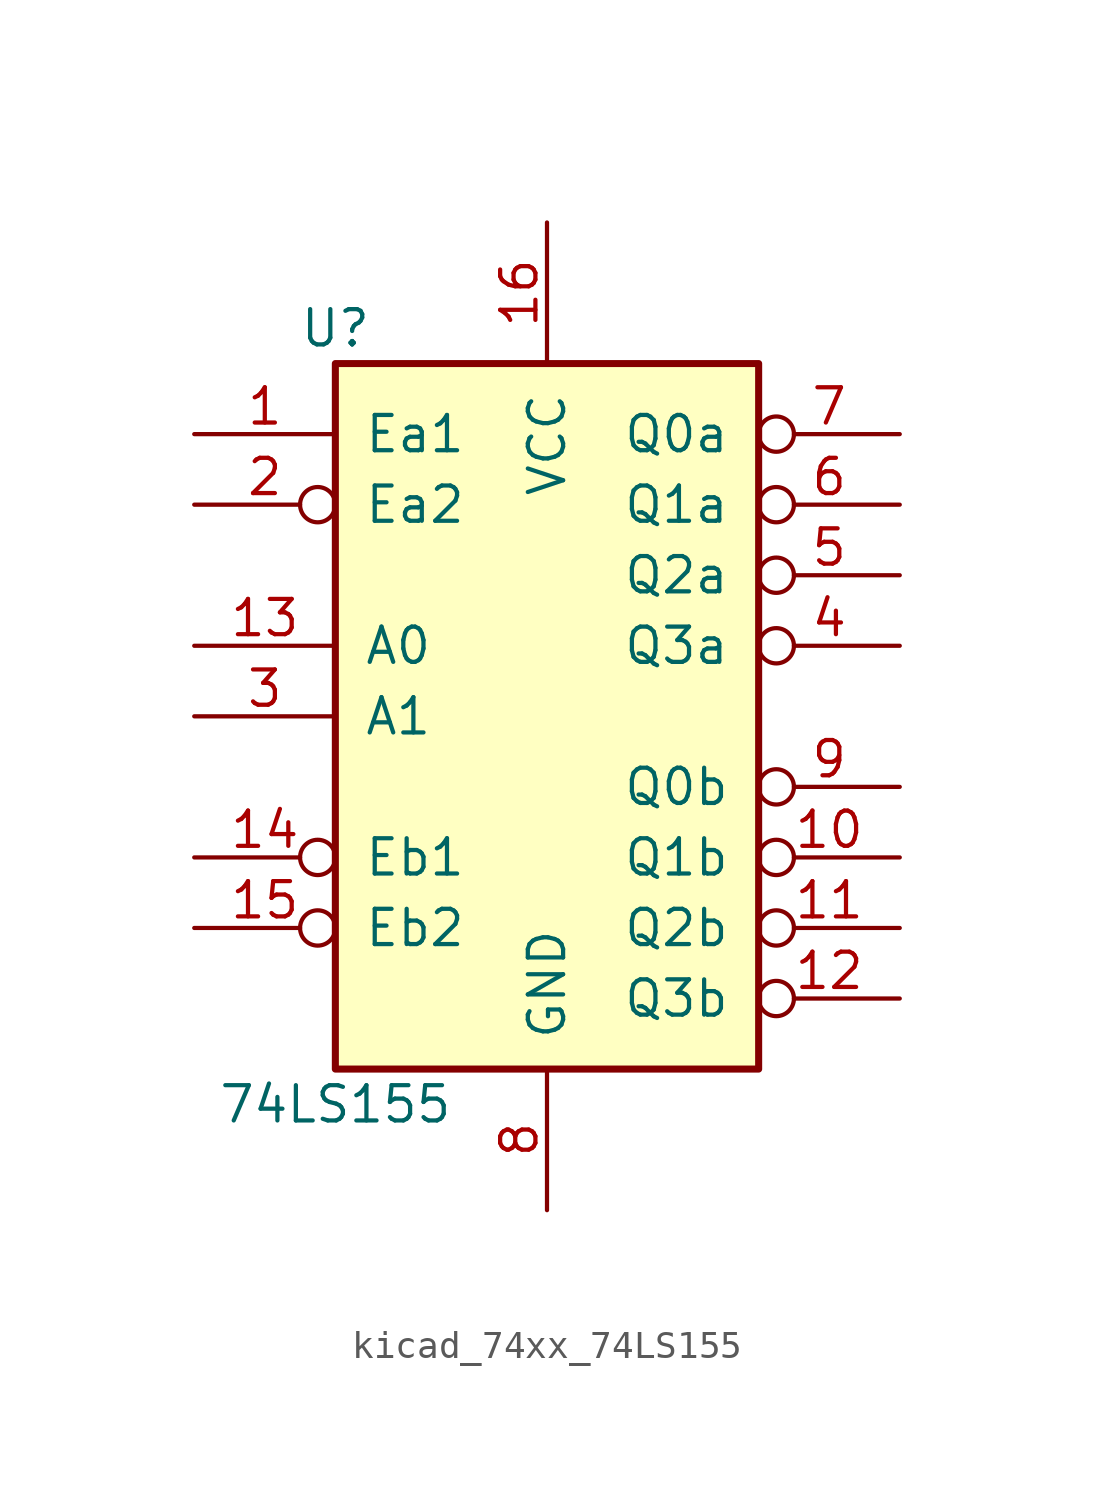
<source format=kicad_sym>
(kicad_symbol_lib
  (version 20220914)
  (generator kicad_symbol_editor)
  (symbol "kicad_74xx_74LS155"
    (pin_names
      (offset 1.016))
    (property "Reference" "U"
      (at -7.62 13.97 0)
      (effects (font (size 1.27 1.27))))
    (property "Value" "74LS155"
      (at -7.62 -13.97 0)
      (effects (font (size 1.27 1.27))))
    (property "ki_locked" ""
      (at 0 0 0)
      (effects (font (size 1.27 1.27))))
    (symbol "kicad_74xx_74LS155_1_0"
      (pin input line (at -12.7 10.16 0) (length 5.08) (name "Ea1" (effects (font (size 1.27 1.27)))) (number "1" (effects (font (size 1.27 1.27)))))
      (pin output inverted (at 12.7 -5.08 180) (length 5.08) (name "Q1b" (effects (font (size 1.27 1.27)))) (number "10" (effects (font (size 1.27 1.27)))))
      (pin output inverted (at 12.7 -7.62 180) (length 5.08) (name "Q2b" (effects (font (size 1.27 1.27)))) (number "11" (effects (font (size 1.27 1.27)))))
      (pin output inverted (at 12.7 -10.16 180) (length 5.08) (name "Q3b" (effects (font (size 1.27 1.27)))) (number "12" (effects (font (size 1.27 1.27)))))
      (pin input line (at -12.7 2.54 0) (length 5.08) (name "A0" (effects (font (size 1.27 1.27)))) (number "13" (effects (font (size 1.27 1.27)))))
      (pin input inverted (at -12.7 -5.08 0) (length 5.08) (name "Eb1" (effects (font (size 1.27 1.27)))) (number "14" (effects (font (size 1.27 1.27)))))
      (pin input inverted (at -12.7 -7.62 0) (length 5.08) (name "Eb2" (effects (font (size 1.27 1.27)))) (number "15" (effects (font (size 1.27 1.27)))))
      (pin power_in line (at 0 17.78 270) (length 5.08) (name "VCC" (effects (font (size 1.27 1.27)))) (number "16" (effects (font (size 1.27 1.27)))))
      (pin input inverted (at -12.7 7.62 0) (length 5.08) (name "Ea2" (effects (font (size 1.27 1.27)))) (number "2" (effects (font (size 1.27 1.27)))))
      (pin input line (at -12.7 0 0) (length 5.08) (name "A1" (effects (font (size 1.27 1.27)))) (number "3" (effects (font (size 1.27 1.27)))))
      (pin output inverted (at 12.7 2.54 180) (length 5.08) (name "Q3a" (effects (font (size 1.27 1.27)))) (number "4" (effects (font (size 1.27 1.27)))))
      (pin output inverted (at 12.7 5.08 180) (length 5.08) (name "Q2a" (effects (font (size 1.27 1.27)))) (number "5" (effects (font (size 1.27 1.27)))))
      (pin output inverted (at 12.7 7.62 180) (length 5.08) (name "Q1a" (effects (font (size 1.27 1.27)))) (number "6" (effects (font (size 1.27 1.27)))))
      (pin output inverted (at 12.7 10.16 180) (length 5.08) (name "Q0a" (effects (font (size 1.27 1.27)))) (number "7" (effects (font (size 1.27 1.27)))))
      (pin power_in line (at 0 -17.78 90) (length 5.08) (name "GND" (effects (font (size 1.27 1.27)))) (number "8" (effects (font (size 1.27 1.27)))))
      (pin output inverted (at 12.7 -2.54 180) (length 5.08) (name "Q0b" (effects (font (size 1.27 1.27)))) (number "9" (effects (font (size 1.27 1.27))))))
    (symbol "kicad_74xx_74LS155_1_1"
      (rectangle (start -7.62 12.7) (end 7.62 -12.7) (stroke (width 0.254) (type default)) (fill (type background))))))
</source>
